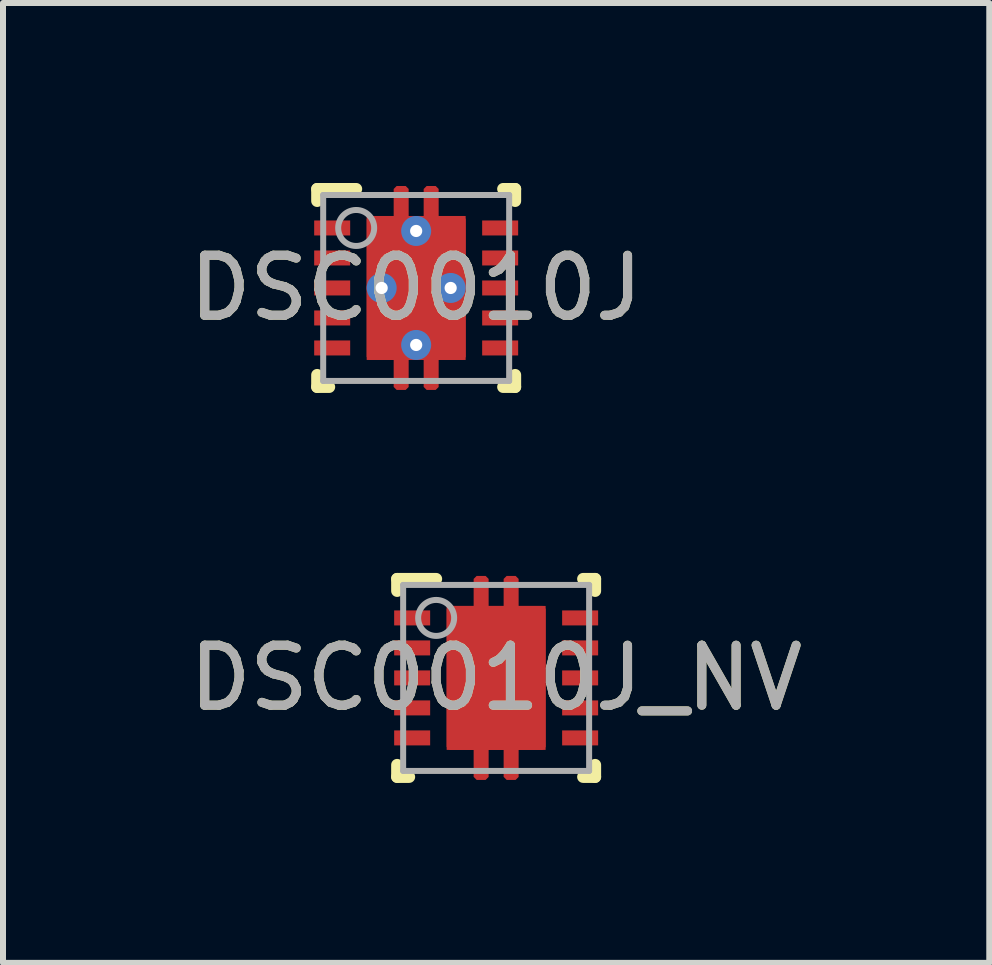
<source format=kicad_pcb>
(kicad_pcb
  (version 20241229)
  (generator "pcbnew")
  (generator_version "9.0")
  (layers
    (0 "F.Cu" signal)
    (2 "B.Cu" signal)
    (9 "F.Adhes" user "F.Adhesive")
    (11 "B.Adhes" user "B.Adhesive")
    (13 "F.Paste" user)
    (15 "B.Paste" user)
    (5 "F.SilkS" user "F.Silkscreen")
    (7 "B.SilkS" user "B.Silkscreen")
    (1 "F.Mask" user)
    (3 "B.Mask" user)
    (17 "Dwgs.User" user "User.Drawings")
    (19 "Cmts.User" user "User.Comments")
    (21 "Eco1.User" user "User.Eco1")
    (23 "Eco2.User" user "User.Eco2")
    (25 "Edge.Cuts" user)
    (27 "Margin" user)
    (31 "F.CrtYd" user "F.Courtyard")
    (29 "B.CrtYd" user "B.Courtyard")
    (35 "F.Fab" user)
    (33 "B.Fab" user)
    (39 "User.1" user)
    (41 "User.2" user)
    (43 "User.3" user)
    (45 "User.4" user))
  (footprint "DSC0010J_NV"
    (layer "F.Cu")
    (at 5.22 8.25)
    (property "Reference" "DSC0010J_NV" (at 0 0 0) (unlocked yes) (layer "F.SilkS") (effects (font (size 1 1) (thickness 0.15))))
    (attr smd)
    (fp_poly (pts (xy -0.375 1.65) (xy -0.375 1.2) (xy -0.775 1.2) (xy -0.825 1.15) (xy -0.825 -1.15) (xy -0.775 -1.2) (xy -0.375 -1.2) (xy -0.375 -1.65) (xy -0.325 -1.7) (xy -0.325 -1.7) (xy -0.175 -1.7) (xy -0.175 -1.7) (xy -0.125 -1.65) (xy -0.125 -1.2) (xy 0.125 -1.2) (xy 0.125 -1.65) (xy 0.175 -1.7) (xy 0.175 -1.7) (xy 0.325 -1.7) (xy 0.325 -1.7) (xy 0.375 -1.65) (xy 0.375 -1.2) (xy 0.775 -1.2) (xy 0.825 -1.15) (xy 0.825 1.15) (xy 0.775 1.2) (xy 0.375 1.2) (xy 0.375 1.65) (xy 0.325 1.7) (xy 0.175 1.7) (xy 0.125 1.65) (xy 0.125 1.2) (xy -0.125 1.2) (xy -0.125 1.65) (xy -0.175 1.7) (xy -0.325 1.7)) (stroke (width 0) (type solid)) (fill yes) (layer "F.Cu"))
    (fp_poly (pts (xy -0.375 1.65) (xy -0.375 1.2) (xy -0.775 1.2) (xy -0.825 1.15) (xy -0.825 -1.15) (xy -0.775 -1.2) (xy -0.375 -1.2) (xy -0.375 -1.65) (xy -0.325 -1.7) (xy -0.325 -1.7) (xy -0.175 -1.7) (xy -0.175 -1.7) (xy -0.125 -1.65) (xy -0.125 -1.2) (xy 0.125 -1.2) (xy 0.125 -1.65) (xy 0.175 -1.7) (xy 0.175 -1.7) (xy 0.325 -1.7) (xy 0.325 -1.7) (xy 0.375 -1.65) (xy 0.375 -1.2) (xy 0.775 -1.2) (xy 0.825 -1.15) (xy 0.825 1.15) (xy 0.775 1.2) (xy 0.375 1.2) (xy 0.375 1.65) (xy 0.325 1.7) (xy 0.175 1.7) (xy 0.125 1.65) (xy 0.125 1.2) (xy -0.125 1.2) (xy -0.125 1.65) (xy -0.175 1.7) (xy -0.325 1.7)) (stroke (width 0) (type solid)) (fill yes) (layer "F.Mask"))
    (fp_line (start -1.65 -1.65) (end -1 -1.65) (stroke (width 0.2) (type solid)) (layer "F.SilkS"))
    (fp_line (start -1.65 -1.45) (end -1.65 -1.65) (stroke (width 0.2) (type solid)) (layer "F.SilkS"))
    (fp_line (start -1.65 1.65) (end -1.65 1.45) (stroke (width 0.2) (type solid)) (layer "F.SilkS"))
    (fp_line (start -1.65 1.65) (end -1.45 1.65) (stroke (width 0.2) (type solid)) (layer "F.SilkS"))
    (fp_line (start 1.45 -1.65) (end 1.65 -1.65) (stroke (width 0.2) (type solid)) (layer "F.SilkS"))
    (fp_line (start 1.45 1.65) (end 1.65 1.65) (stroke (width 0.2) (type solid)) (layer "F.SilkS"))
    (fp_line (start 1.65 -1.45) (end 1.65 -1.65) (stroke (width 0.2) (type solid)) (layer "F.SilkS"))
    (fp_line (start 1.65 1.65) (end 1.65 1.45) (stroke (width 0.2) (type solid)) (layer "F.SilkS"))
    (fp_poly (pts (xy -0.75 -0.15) (xy -0.75 -1.11) (xy -0.7 -1.16) (xy 0.7 -1.16) (xy 0.75 -1.11) (xy 0.75 -0.15) (xy 0.7 -0.1) (xy -0.7 -0.1)) (stroke (width 0) (type solid)) (fill yes) (layer "F.Paste"))
    (fp_poly (pts (xy -0.75 1.11) (xy -0.7 1.16) (xy 0.7 1.16) (xy 0.75 1.11) (xy 0.75 0.15) (xy 0.7 0.1) (xy -0.7 0.1) (xy -0.75 0.15)) (stroke (width 0) (type solid)) (fill yes) (layer "F.Paste"))
    (fp_poly (pts (xy -0.375 1.65) (xy -0.375 1.41) (xy -0.325 1.36) (xy -0.175 1.36) (xy -0.125 1.41) (xy -0.125 1.65) (xy -0.175 1.7) (xy -0.325 1.7)) (stroke (width 0) (type solid)) (fill yes) (layer "F.Paste"))
    (fp_poly (pts (xy 0.125 1.65) (xy 0.175 1.7) (xy 0.325 1.7) (xy 0.375 1.65) (xy 0.375 1.41) (xy 0.325 1.36) (xy 0.175 1.36) (xy 0.125 1.41)) (stroke (width 0) (type solid)) (fill yes) (layer "F.Paste"))
    (fp_poly (pts (xy -0.375 -1.41) (xy -0.375 -1.65) (xy -0.325 -1.7) (xy -0.325 -1.7) (xy -0.175 -1.7) (xy -0.175 -1.7) (xy -0.125 -1.65) (xy -0.125 -1.41) (xy -0.175 -1.36) (xy -0.325 -1.36)) (stroke (width 0) (type solid)) (fill yes) (layer "F.Paste"))
    (fp_poly (pts (xy 0.125 -1.41) (xy 0.125 -1.65) (xy 0.175 -1.7) (xy 0.175 -1.7) (xy 0.325 -1.7) (xy 0.325 -1.7) (xy 0.375 -1.65) (xy 0.375 -1.41) (xy 0.325 -1.36) (xy 0.175 -1.36)) (stroke (width 0) (type solid)) (fill yes) (layer "F.Paste"))
    (fp_line (start -1.55 -1.55) (end 1.55 -1.55) (stroke (width 0.1) (type solid)) (layer "F.Fab"))
    (fp_line (start -1.55 1.55) (end -1.55 -1.55) (stroke (width 0.1) (type solid)) (layer "F.Fab"))
    (fp_line (start -1.55 1.55) (end 1.55 1.55) (stroke (width 0.1) (type solid)) (layer "F.Fab"))
    (fp_line (start 1.55 1.55) (end 1.55 -1.55) (stroke (width 0.1) (type solid)) (layer "F.Fab"))
    (fp_circle (center -1 -1) (end -0.7 -1) (stroke (width 0.1) (type solid)) (fill no) (layer "F.Fab"))
    (fp_text user "${REFERENCE}" (at 0 0 0) (unlocked yes) (layer "F.Fab") (effects (font (size 1 1) (thickness 0.15))))
    (pad "1" smd rect (at -1.4 -1) (size 0.6 0.25) (layers "F.Cu" "F.Mask" "F.Paste"))
    (pad "2" smd rect (at -1.4 -0.5) (size 0.6 0.25) (layers "F.Cu" "F.Mask" "F.Paste"))
    (pad "3" smd rect (at -1.4 0) (size 0.6 0.25) (layers "F.Cu" "F.Mask" "F.Paste"))
    (pad "4" smd rect (at -1.4 0.5) (size 0.6 0.25) (layers "F.Cu" "F.Mask" "F.Paste"))
    (pad "5" smd rect (at -1.4 1) (size 0.6 0.25) (layers "F.Cu" "F.Mask" "F.Paste"))
    (pad "6" smd rect (at 1.4 1) (size 0.6 0.25) (layers "F.Cu" "F.Mask" "F.Paste"))
    (pad "7" smd rect (at 1.4 0.5) (size 0.6 0.25) (layers "F.Cu" "F.Mask" "F.Paste"))
    (pad "8" smd rect (at 1.4 0) (size 0.6 0.25) (layers "F.Cu" "F.Mask" "F.Paste"))
    (pad "9" smd rect (at 1.4 -0.5) (size 0.6 0.25) (layers "F.Cu" "F.Mask" "F.Paste"))
    (pad "10" smd rect (at 1.4 -1) (size 0.6 0.25) (layers "F.Cu" "F.Mask" "F.Paste"))
    (pad "11" smd rect (at 0 0) (size 1.65 2.4) (layers "F.Cu")))
  (footprint "DSC0010J"
    (layer "F.Cu")
    (at 3.887 1.75)
    (property "Reference" "DSC0010J" (at 0 0 0) (unlocked yes) (layer "F.SilkS") (effects (font (size 1 1) (thickness 0.15))))
    (attr smd)
    (fp_poly (pts (xy -0.375 1.65) (xy -0.375 1.2) (xy -0.775 1.2) (xy -0.825 1.15) (xy -0.825 -1.15) (xy -0.775 -1.2) (xy -0.375 -1.2) (xy -0.375 -1.65) (xy -0.325 -1.7) (xy -0.325 -1.7) (xy -0.175 -1.7) (xy -0.175 -1.7) (xy -0.125 -1.65) (xy -0.125 -1.2) (xy 0.125 -1.2) (xy 0.125 -1.65) (xy 0.175 -1.7) (xy 0.175 -1.7) (xy 0.325 -1.7) (xy 0.325 -1.7) (xy 0.375 -1.65) (xy 0.375 -1.2) (xy 0.775 -1.2) (xy 0.825 -1.15) (xy 0.825 1.15) (xy 0.775 1.2) (xy 0.375 1.2) (xy 0.375 1.65) (xy 0.325 1.7) (xy 0.175 1.7) (xy 0.125 1.65) (xy 0.125 1.2) (xy -0.125 1.2) (xy -0.125 1.65) (xy -0.175 1.7) (xy -0.325 1.7)) (stroke (width 0) (type solid)) (fill yes) (layer "F.Cu"))
    (fp_poly (pts (xy -0.375 1.65) (xy -0.375 1.2) (xy -0.775 1.2) (xy -0.825 1.15) (xy -0.825 -1.15) (xy -0.775 -1.2) (xy -0.375 -1.2) (xy -0.375 -1.65) (xy -0.325 -1.7) (xy -0.325 -1.7) (xy -0.175 -1.7) (xy -0.175 -1.7) (xy -0.125 -1.65) (xy -0.125 -1.2) (xy 0.125 -1.2) (xy 0.125 -1.65) (xy 0.175 -1.7) (xy 0.175 -1.7) (xy 0.325 -1.7) (xy 0.325 -1.7) (xy 0.375 -1.65) (xy 0.375 -1.2) (xy 0.775 -1.2) (xy 0.825 -1.15) (xy 0.825 1.15) (xy 0.775 1.2) (xy 0.375 1.2) (xy 0.375 1.65) (xy 0.325 1.7) (xy 0.175 1.7) (xy 0.125 1.65) (xy 0.125 1.2) (xy -0.125 1.2) (xy -0.125 1.65) (xy -0.175 1.7) (xy -0.325 1.7)) (stroke (width 0) (type solid)) (fill yes) (layer "F.Mask"))
    (fp_line (start -1.65 -1.65) (end -1 -1.65) (stroke (width 0.2) (type solid)) (layer "F.SilkS"))
    (fp_line (start -1.65 -1.45) (end -1.65 -1.65) (stroke (width 0.2) (type solid)) (layer "F.SilkS"))
    (fp_line (start -1.65 1.65) (end -1.65 1.45) (stroke (width 0.2) (type solid)) (layer "F.SilkS"))
    (fp_line (start -1.65 1.65) (end -1.45 1.65) (stroke (width 0.2) (type solid)) (layer "F.SilkS"))
    (fp_line (start 1.45 -1.65) (end 1.65 -1.65) (stroke (width 0.2) (type solid)) (layer "F.SilkS"))
    (fp_line (start 1.45 1.65) (end 1.65 1.65) (stroke (width 0.2) (type solid)) (layer "F.SilkS"))
    (fp_line (start 1.65 -1.45) (end 1.65 -1.65) (stroke (width 0.2) (type solid)) (layer "F.SilkS"))
    (fp_line (start 1.65 1.65) (end 1.65 1.45) (stroke (width 0.2) (type solid)) (layer "F.SilkS"))
    (fp_poly (pts (xy -0.75 -0.15) (xy -0.75 -1.11) (xy -0.7 -1.16) (xy 0.7 -1.16) (xy 0.75 -1.11) (xy 0.75 -0.15) (xy 0.7 -0.1) (xy -0.7 -0.1)) (stroke (width 0) (type solid)) (fill yes) (layer "F.Paste"))
    (fp_poly (pts (xy -0.75 1.11) (xy -0.7 1.16) (xy 0.7 1.16) (xy 0.75 1.11) (xy 0.75 0.15) (xy 0.7 0.1) (xy -0.7 0.1) (xy -0.75 0.15)) (stroke (width 0) (type solid)) (fill yes) (layer "F.Paste"))
    (fp_poly (pts (xy -0.375 1.65) (xy -0.375 1.41) (xy -0.325 1.36) (xy -0.175 1.36) (xy -0.125 1.41) (xy -0.125 1.65) (xy -0.175 1.7) (xy -0.325 1.7)) (stroke (width 0) (type solid)) (fill yes) (layer "F.Paste"))
    (fp_poly (pts (xy 0.125 1.65) (xy 0.175 1.7) (xy 0.325 1.7) (xy 0.375 1.65) (xy 0.375 1.41) (xy 0.325 1.36) (xy 0.175 1.36) (xy 0.125 1.41)) (stroke (width 0) (type solid)) (fill yes) (layer "F.Paste"))
    (fp_poly (pts (xy -0.375 -1.41) (xy -0.375 -1.65) (xy -0.325 -1.7) (xy -0.325 -1.7) (xy -0.175 -1.7) (xy -0.175 -1.7) (xy -0.125 -1.65) (xy -0.125 -1.41) (xy -0.175 -1.36) (xy -0.325 -1.36)) (stroke (width 0) (type solid)) (fill yes) (layer "F.Paste"))
    (fp_poly (pts (xy 0.125 -1.41) (xy 0.125 -1.65) (xy 0.175 -1.7) (xy 0.175 -1.7) (xy 0.325 -1.7) (xy 0.325 -1.7) (xy 0.375 -1.65) (xy 0.375 -1.41) (xy 0.325 -1.36) (xy 0.175 -1.36)) (stroke (width 0) (type solid)) (fill yes) (layer "F.Paste"))
    (fp_line (start -1.55 -1.55) (end 1.55 -1.55) (stroke (width 0.1) (type solid)) (layer "F.Fab"))
    (fp_line (start -1.55 1.55) (end -1.55 -1.55) (stroke (width 0.1) (type solid)) (layer "F.Fab"))
    (fp_line (start -1.55 1.55) (end 1.55 1.55) (stroke (width 0.1) (type solid)) (layer "F.Fab"))
    (fp_line (start 1.55 1.55) (end 1.55 -1.55) (stroke (width 0.1) (type solid)) (layer "F.Fab"))
    (fp_circle (center -1 -1) (end -0.7 -1) (stroke (width 0.1) (type solid)) (fill no) (layer "F.Fab"))
    (fp_text user "${REFERENCE}" (at 0 0 0) (unlocked yes) (layer "F.Fab") (effects (font (size 1 1) (thickness 0.15))))
    (pad "1" smd rect (at -1.4 -1) (size 0.6 0.25) (layers "F.Cu" "F.Mask" "F.Paste"))
    (pad "2" smd rect (at -1.4 -0.5) (size 0.6 0.25) (layers "F.Cu" "F.Mask" "F.Paste"))
    (pad "3" smd rect (at -1.4 0) (size 0.6 0.25) (layers "F.Cu" "F.Mask" "F.Paste"))
    (pad "4" smd rect (at -1.4 0.5) (size 0.6 0.25) (layers "F.Cu" "F.Mask" "F.Paste"))
    (pad "5" smd rect (at -1.4 1) (size 0.6 0.25) (layers "F.Cu" "F.Mask" "F.Paste"))
    (pad "6" smd rect (at 1.4 1) (size 0.6 0.25) (layers "F.Cu" "F.Mask" "F.Paste"))
    (pad "7" smd rect (at 1.4 0.5) (size 0.6 0.25) (layers "F.Cu" "F.Mask" "F.Paste"))
    (pad "8" smd rect (at 1.4 0) (size 0.6 0.25) (layers "F.Cu" "F.Mask" "F.Paste"))
    (pad "9" smd rect (at 1.4 -0.5) (size 0.6 0.25) (layers "F.Cu" "F.Mask" "F.Paste"))
    (pad "10" smd rect (at 1.4 -1) (size 0.6 0.25) (layers "F.Cu" "F.Mask" "F.Paste"))
    (pad "11" smd rect (at 0 0) (size 1.65 2.4) (layers "F.Cu"))
    (pad "V" thru_hole circle (at -0.575 0) (size 0.5 0.5) (drill 0.203) (layers "*.Cu" "*.Mask"))
    (pad "V" thru_hole circle (at 0 -0.95) (size 0.5 0.5) (drill 0.203) (layers "*.Cu" "*.Mask"))
    (pad "V" thru_hole circle (at 0 0.95) (size 0.5 0.5) (drill 0.203) (layers "*.Cu" "*.Mask"))
    (pad "V" thru_hole circle (at 0.575 0) (size 0.5 0.5) (drill 0.203) (layers "*.Cu" "*.Mask")))
  (gr_rect
    (start -3 -3)
    (end 13.44 13)
    (stroke (width 0.1) (type default))
    (fill no)
    (layer "Edge.Cuts")))
</source>
